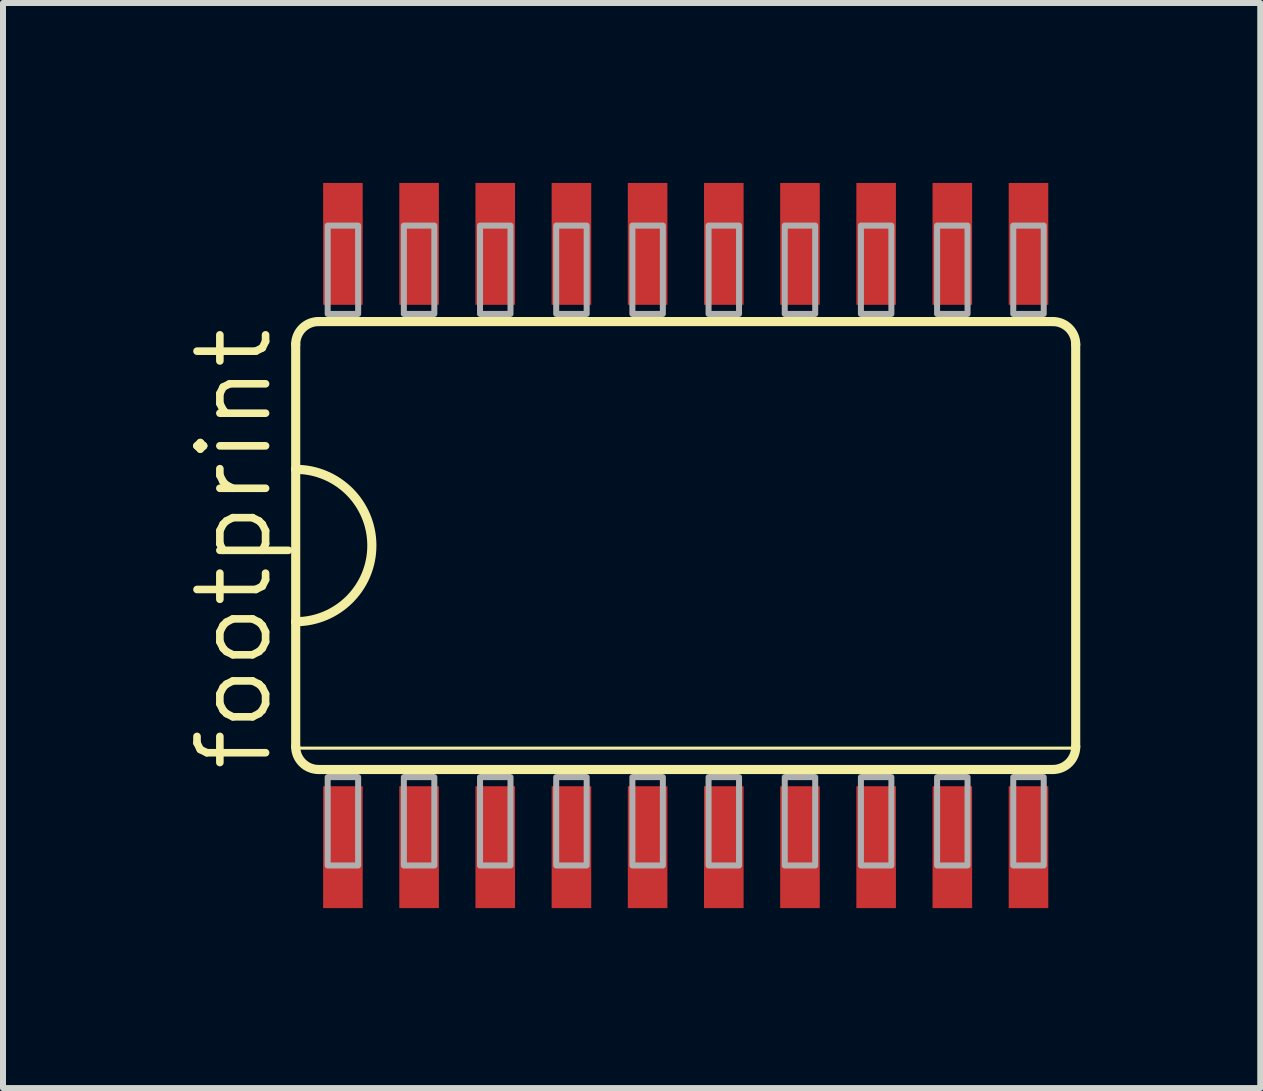
<source format=kicad_pcb>
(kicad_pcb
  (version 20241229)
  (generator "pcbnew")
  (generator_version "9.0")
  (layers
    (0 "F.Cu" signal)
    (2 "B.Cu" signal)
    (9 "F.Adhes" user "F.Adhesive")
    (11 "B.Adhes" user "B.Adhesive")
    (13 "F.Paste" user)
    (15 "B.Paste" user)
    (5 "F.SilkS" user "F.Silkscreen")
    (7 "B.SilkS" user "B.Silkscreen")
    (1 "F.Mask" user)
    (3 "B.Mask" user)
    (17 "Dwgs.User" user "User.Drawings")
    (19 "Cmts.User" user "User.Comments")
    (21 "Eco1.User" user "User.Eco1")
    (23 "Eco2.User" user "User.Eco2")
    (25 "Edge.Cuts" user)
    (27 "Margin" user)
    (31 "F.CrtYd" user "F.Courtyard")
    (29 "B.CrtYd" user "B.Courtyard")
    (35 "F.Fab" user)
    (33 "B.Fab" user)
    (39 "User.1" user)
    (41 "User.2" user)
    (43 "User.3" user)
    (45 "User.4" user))
  (footprint "footprint"
    (layer "F.Cu")
    (at 8.382 6.045)
    (property "Reference" "footprint" (at -6.858 3.81 90) (layer "F.SilkS") (effects (font (size 1.143 1.143) (thickness 0.127)) (justify left bottom)))
    (fp_line (start -6.502 -3.353) (end -6.502 -1.27) (stroke (width 0.152) (type solid)) (layer "F.SilkS"))
    (fp_line (start -6.502 -1.27) (end -6.502 1.27) (stroke (width 0.152) (type solid)) (layer "F.SilkS"))
    (fp_line (start -6.502 1.27) (end -6.502 3.353) (stroke (width 0.152) (type solid)) (layer "F.SilkS"))
    (fp_line (start -6.477 3.378) (end 6.477 3.378) (stroke (width 0.051) (type solid)) (layer "F.SilkS"))
    (fp_line (start -6.121 3.734) (end 6.121 3.734) (stroke (width 0.152) (type solid)) (layer "F.SilkS"))
    (fp_line (start 6.121 -3.734) (end -6.121 -3.734) (stroke (width 0.152) (type solid)) (layer "F.SilkS"))
    (fp_line (start 6.502 3.353) (end 6.502 -3.353) (stroke (width 0.152) (type solid)) (layer "F.SilkS"))
    (fp_arc (start -6.5024 -3.3528) (mid -6.390808 -3.622208) (end -6.1214 -3.7338) (stroke (width 0.1524) (type solid)) (layer "F.SilkS"))
    (fp_arc (start -6.5024 -1.27) (mid -5.2324 0) (end -6.5024 1.27) (stroke (width 0.1524) (type solid)) (layer "F.SilkS"))
    (fp_arc (start -6.1214 3.7338) (mid -6.390808 3.622208) (end -6.5024 3.3528) (stroke (width 0.1524) (type solid)) (layer "F.SilkS"))
    (fp_arc (start 6.1214 -3.7338) (mid 6.390808 -3.622208) (end 6.5024 -3.3528) (stroke (width 0.1524) (type solid)) (layer "F.SilkS"))
    (fp_arc (start 6.5024 3.3528) (mid 6.390808 3.622208) (end 6.1214 3.7338) (stroke (width 0.1524) (type solid)) (layer "F.SilkS"))
    (fp_poly (pts (xy -5.969 -3.734) (xy -5.461 -3.734) (xy -5.461 -3.861) (xy -5.969 -3.861)) (stroke (width 0) (type solid)) (fill yes) (layer "F.SilkS"))
    (fp_poly (pts (xy -5.969 3.861) (xy -5.461 3.861) (xy -5.461 3.734) (xy -5.969 3.734)) (stroke (width 0) (type solid)) (fill yes) (layer "F.SilkS"))
    (fp_poly (pts (xy -4.699 -3.734) (xy -4.191 -3.734) (xy -4.191 -3.861) (xy -4.699 -3.861)) (stroke (width 0) (type solid)) (fill yes) (layer "F.SilkS"))
    (fp_poly (pts (xy -4.699 3.861) (xy -4.191 3.861) (xy -4.191 3.734) (xy -4.699 3.734)) (stroke (width 0) (type solid)) (fill yes) (layer "F.SilkS"))
    (fp_poly (pts (xy -3.429 -3.734) (xy -2.921 -3.734) (xy -2.921 -3.861) (xy -3.429 -3.861)) (stroke (width 0) (type solid)) (fill yes) (layer "F.SilkS"))
    (fp_poly (pts (xy -3.429 3.861) (xy -2.921 3.861) (xy -2.921 3.734) (xy -3.429 3.734)) (stroke (width 0) (type solid)) (fill yes) (layer "F.SilkS"))
    (fp_poly (pts (xy -2.159 -3.734) (xy -1.651 -3.734) (xy -1.651 -3.861) (xy -2.159 -3.861)) (stroke (width 0) (type solid)) (fill yes) (layer "F.SilkS"))
    (fp_poly (pts (xy -2.159 3.861) (xy -1.651 3.861) (xy -1.651 3.734) (xy -2.159 3.734)) (stroke (width 0) (type solid)) (fill yes) (layer "F.SilkS"))
    (fp_poly (pts (xy -0.889 -3.734) (xy -0.381 -3.734) (xy -0.381 -3.861) (xy -0.889 -3.861)) (stroke (width 0) (type solid)) (fill yes) (layer "F.SilkS"))
    (fp_poly (pts (xy -0.889 3.861) (xy -0.381 3.861) (xy -0.381 3.734) (xy -0.889 3.734)) (stroke (width 0) (type solid)) (fill yes) (layer "F.SilkS"))
    (fp_poly (pts (xy 0.381 -3.734) (xy 0.889 -3.734) (xy 0.889 -3.861) (xy 0.381 -3.861)) (stroke (width 0) (type solid)) (fill yes) (layer "F.SilkS"))
    (fp_poly (pts (xy 0.381 3.861) (xy 0.889 3.861) (xy 0.889 3.734) (xy 0.381 3.734)) (stroke (width 0) (type solid)) (fill yes) (layer "F.SilkS"))
    (fp_poly (pts (xy 1.651 -3.734) (xy 2.159 -3.734) (xy 2.159 -3.861) (xy 1.651 -3.861)) (stroke (width 0) (type solid)) (fill yes) (layer "F.SilkS"))
    (fp_poly (pts (xy 1.651 3.861) (xy 2.159 3.861) (xy 2.159 3.734) (xy 1.651 3.734)) (stroke (width 0) (type solid)) (fill yes) (layer "F.SilkS"))
    (fp_poly (pts (xy 2.921 -3.734) (xy 3.429 -3.734) (xy 3.429 -3.861) (xy 2.921 -3.861)) (stroke (width 0) (type solid)) (fill yes) (layer "F.SilkS"))
    (fp_poly (pts (xy 2.921 3.861) (xy 3.429 3.861) (xy 3.429 3.734) (xy 2.921 3.734)) (stroke (width 0) (type solid)) (fill yes) (layer "F.SilkS"))
    (fp_poly (pts (xy 4.191 -3.734) (xy 4.699 -3.734) (xy 4.699 -3.861) (xy 4.191 -3.861)) (stroke (width 0) (type solid)) (fill yes) (layer "F.SilkS"))
    (fp_poly (pts (xy 4.191 3.861) (xy 4.699 3.861) (xy 4.699 3.734) (xy 4.191 3.734)) (stroke (width 0) (type solid)) (fill yes) (layer "F.SilkS"))
    (fp_poly (pts (xy 5.461 -3.734) (xy 5.969 -3.734) (xy 5.969 -3.861) (xy 5.461 -3.861)) (stroke (width 0) (type solid)) (fill yes) (layer "F.SilkS"))
    (fp_poly (pts (xy 5.461 3.861) (xy 5.969 3.861) (xy 5.969 3.734) (xy 5.461 3.734)) (stroke (width 0) (type solid)) (fill yes) (layer "F.SilkS"))
    (fp_poly (pts (xy -5.969 -3.861) (xy -5.461 -3.861) (xy -5.461 -5.334) (xy -5.969 -5.334)) (stroke (width 0.1) (type solid)) (fill no) (layer "F.Fab"))
    (fp_poly (pts (xy -5.969 5.334) (xy -5.461 5.334) (xy -5.461 3.861) (xy -5.969 3.861)) (stroke (width 0.1) (type solid)) (fill no) (layer "F.Fab"))
    (fp_poly (pts (xy -4.699 -3.861) (xy -4.191 -3.861) (xy -4.191 -5.334) (xy -4.699 -5.334)) (stroke (width 0.1) (type solid)) (fill no) (layer "F.Fab"))
    (fp_poly (pts (xy -4.699 5.334) (xy -4.191 5.334) (xy -4.191 3.861) (xy -4.699 3.861)) (stroke (width 0.1) (type solid)) (fill no) (layer "F.Fab"))
    (fp_poly (pts (xy -3.429 -3.861) (xy -2.921 -3.861) (xy -2.921 -5.334) (xy -3.429 -5.334)) (stroke (width 0.1) (type solid)) (fill no) (layer "F.Fab"))
    (fp_poly (pts (xy -3.429 5.334) (xy -2.921 5.334) (xy -2.921 3.861) (xy -3.429 3.861)) (stroke (width 0.1) (type solid)) (fill no) (layer "F.Fab"))
    (fp_poly (pts (xy -2.159 -3.861) (xy -1.651 -3.861) (xy -1.651 -5.334) (xy -2.159 -5.334)) (stroke (width 0.1) (type solid)) (fill no) (layer "F.Fab"))
    (fp_poly (pts (xy -2.159 5.334) (xy -1.651 5.334) (xy -1.651 3.861) (xy -2.159 3.861)) (stroke (width 0.1) (type solid)) (fill no) (layer "F.Fab"))
    (fp_poly (pts (xy -0.889 -3.861) (xy -0.381 -3.861) (xy -0.381 -5.334) (xy -0.889 -5.334)) (stroke (width 0.1) (type solid)) (fill no) (layer "F.Fab"))
    (fp_poly (pts (xy -0.889 5.334) (xy -0.381 5.334) (xy -0.381 3.861) (xy -0.889 3.861)) (stroke (width 0.1) (type solid)) (fill no) (layer "F.Fab"))
    (fp_poly (pts (xy 0.381 -3.861) (xy 0.889 -3.861) (xy 0.889 -5.334) (xy 0.381 -5.334)) (stroke (width 0.1) (type solid)) (fill no) (layer "F.Fab"))
    (fp_poly (pts (xy 0.381 5.334) (xy 0.889 5.334) (xy 0.889 3.861) (xy 0.381 3.861)) (stroke (width 0.1) (type solid)) (fill no) (layer "F.Fab"))
    (fp_poly (pts (xy 1.651 -3.861) (xy 2.159 -3.861) (xy 2.159 -5.334) (xy 1.651 -5.334)) (stroke (width 0.1) (type solid)) (fill no) (layer "F.Fab"))
    (fp_poly (pts (xy 1.651 5.334) (xy 2.159 5.334) (xy 2.159 3.861) (xy 1.651 3.861)) (stroke (width 0.1) (type solid)) (fill no) (layer "F.Fab"))
    (fp_poly (pts (xy 2.921 -3.861) (xy 3.429 -3.861) (xy 3.429 -5.334) (xy 2.921 -5.334)) (stroke (width 0.1) (type solid)) (fill no) (layer "F.Fab"))
    (fp_poly (pts (xy 2.921 5.334) (xy 3.429 5.334) (xy 3.429 3.861) (xy 2.921 3.861)) (stroke (width 0.1) (type solid)) (fill no) (layer "F.Fab"))
    (fp_poly (pts (xy 4.191 -3.861) (xy 4.699 -3.861) (xy 4.699 -5.334) (xy 4.191 -5.334)) (stroke (width 0.1) (type solid)) (fill no) (layer "F.Fab"))
    (fp_poly (pts (xy 4.191 5.334) (xy 4.699 5.334) (xy 4.699 3.861) (xy 4.191 3.861)) (stroke (width 0.1) (type solid)) (fill no) (layer "F.Fab"))
    (fp_poly (pts (xy 5.461 -3.861) (xy 5.969 -3.861) (xy 5.969 -5.334) (xy 5.461 -5.334)) (stroke (width 0.1) (type solid)) (fill no) (layer "F.Fab"))
    (fp_poly (pts (xy 5.461 5.334) (xy 5.969 5.334) (xy 5.969 3.861) (xy 5.461 3.861)) (stroke (width 0.1) (type solid)) (fill no) (layer "F.Fab"))
    (pad "1" smd rect (at -5.715 5.029) (size 0.66 2.032) (layers "F.Cu" "F.Mask" "F.Paste"))
    (pad "2" smd rect (at -4.445 5.029) (size 0.66 2.032) (layers "F.Cu" "F.Mask" "F.Paste"))
    (pad "3" smd rect (at -3.175 5.029) (size 0.66 2.032) (layers "F.Cu" "F.Mask" "F.Paste"))
    (pad "4" smd rect (at -1.905 5.029) (size 0.66 2.032) (layers "F.Cu" "F.Mask" "F.Paste"))
    (pad "5" smd rect (at -0.635 5.029) (size 0.66 2.032) (layers "F.Cu" "F.Mask" "F.Paste"))
    (pad "6" smd rect (at 0.635 5.029) (size 0.66 2.032) (layers "F.Cu" "F.Mask" "F.Paste"))
    (pad "7" smd rect (at 1.905 5.029) (size 0.66 2.032) (layers "F.Cu" "F.Mask" "F.Paste"))
    (pad "8" smd rect (at 3.175 5.029) (size 0.66 2.032) (layers "F.Cu" "F.Mask" "F.Paste"))
    (pad "9" smd rect (at 4.445 5.029) (size 0.66 2.032) (layers "F.Cu" "F.Mask" "F.Paste"))
    (pad "10" smd rect (at 5.715 5.029) (size 0.66 2.032) (layers "F.Cu" "F.Mask" "F.Paste"))
    (pad "11" smd rect (at 5.715 -5.029) (size 0.66 2.032) (layers "F.Cu" "F.Mask" "F.Paste"))
    (pad "12" smd rect (at 4.445 -5.029) (size 0.66 2.032) (layers "F.Cu" "F.Mask" "F.Paste"))
    (pad "13" smd rect (at 3.175 -5.029) (size 0.66 2.032) (layers "F.Cu" "F.Mask" "F.Paste"))
    (pad "14" smd rect (at 1.905 -5.029) (size 0.66 2.032) (layers "F.Cu" "F.Mask" "F.Paste"))
    (pad "15" smd rect (at 0.635 -5.029) (size 0.66 2.032) (layers "F.Cu" "F.Mask" "F.Paste"))
    (pad "16" smd rect (at -0.635 -5.029) (size 0.66 2.032) (layers "F.Cu" "F.Mask" "F.Paste"))
    (pad "17" smd rect (at -1.905 -5.029) (size 0.66 2.032) (layers "F.Cu" "F.Mask" "F.Paste"))
    (pad "18" smd rect (at -3.175 -5.029) (size 0.66 2.032) (layers "F.Cu" "F.Mask" "F.Paste"))
    (pad "19" smd rect (at -4.445 -5.029) (size 0.66 2.032) (layers "F.Cu" "F.Mask" "F.Paste"))
    (pad "20" smd rect (at -5.715 -5.029) (size 0.66 2.032) (layers "F.Cu" "F.Mask" "F.Paste")))
  (gr_rect
    (start -3 -3)
    (end 17.961 15.09)
    (stroke (width 0.1) (type default))
    (fill no)
    (layer "Edge.Cuts")))
</source>
